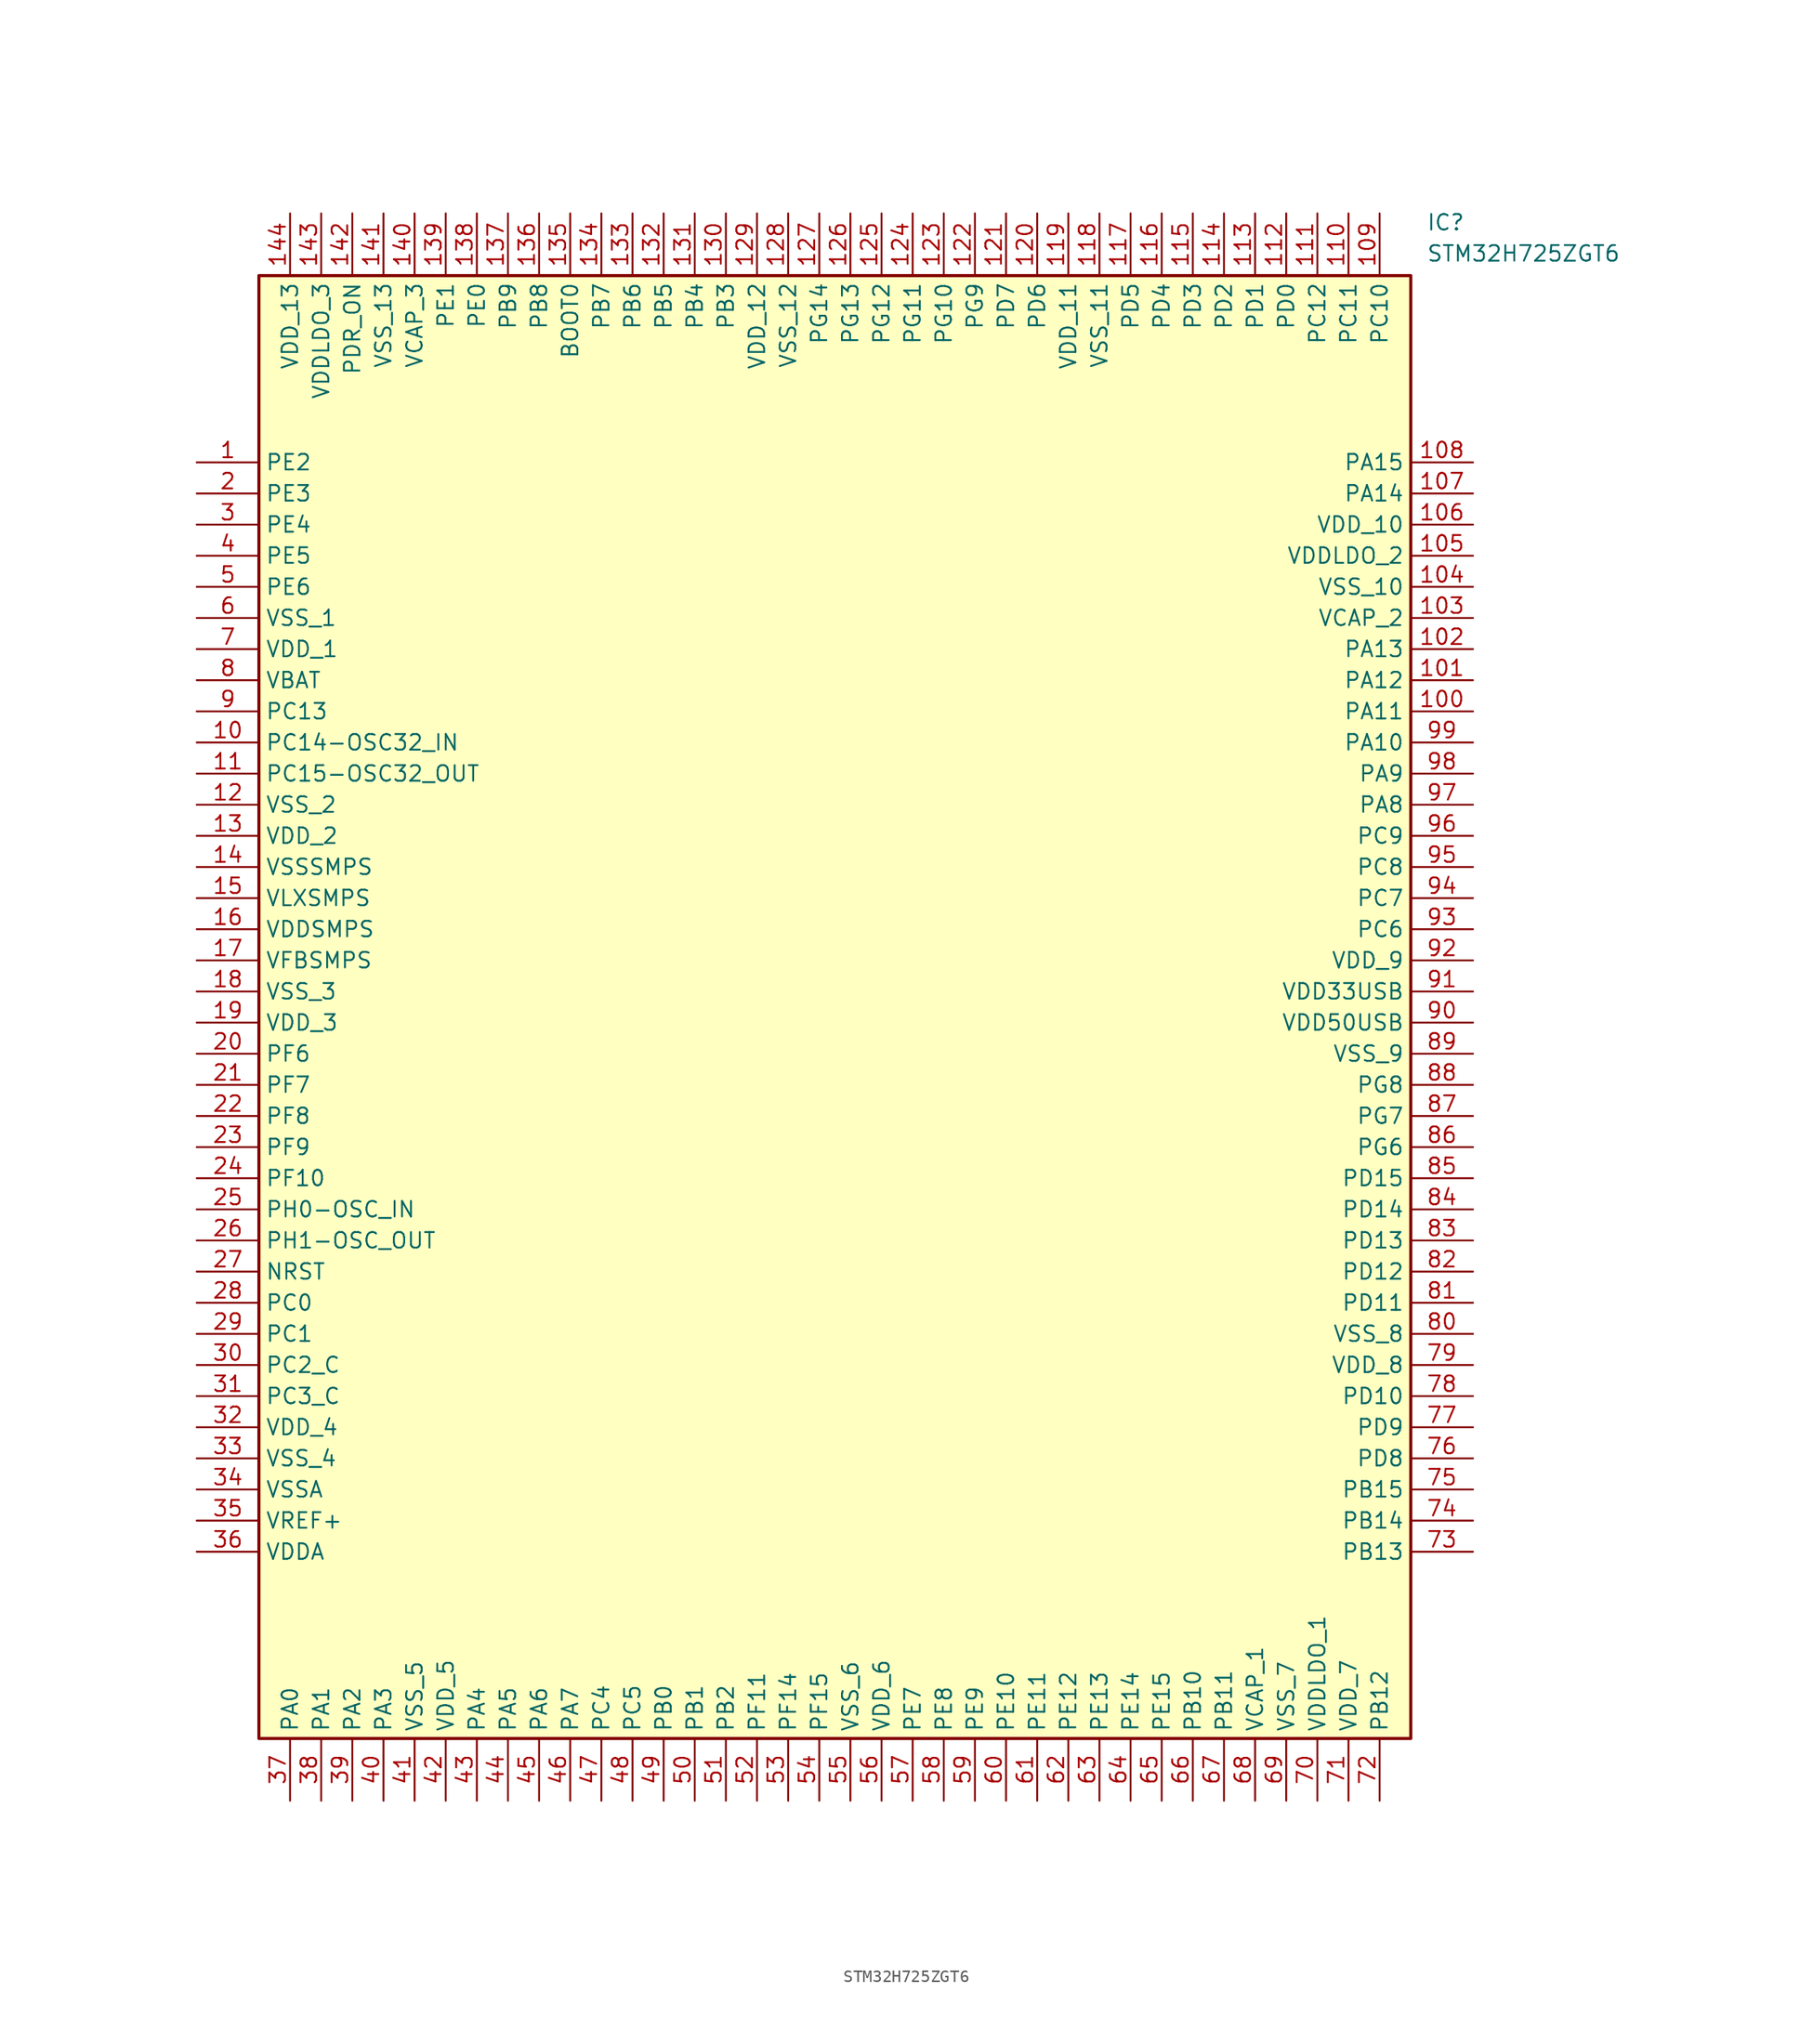
<source format=kicad_sym>
(kicad_symbol_lib
  (version 20211014)
  (generator SamacSys_ECAD_Model)
  (symbol "STM32H725ZGT6"
    (property "Reference" "IC"
      (at 100.33 20.32 0)
      (effects (font (size 1.27 1.27)) (justify left top)))
    (property "Value" "STM32H725ZGT6"
      (at 100.33 17.78 0)
      (effects (font (size 1.27 1.27)) (justify left top)))
    (rectangle
      (start 5.08 15.24)
      (end 99.06 -104.14)
      (stroke (width 0.254) (type default))
      (fill (type background)))
    (pin passive line
      (at 0 0 0)
      (length 5.08)
      (name "PE2" (effects (font (size 1.27 1.27))))
      (number "1" (effects (font (size 1.27 1.27)))))
    (pin passive line
      (at 0 -2.54 0)
      (length 5.08)
      (name "PE3" (effects (font (size 1.27 1.27))))
      (number "2" (effects (font (size 1.27 1.27)))))
    (pin passive line
      (at 0 -5.08 0)
      (length 5.08)
      (name "PE4" (effects (font (size 1.27 1.27))))
      (number "3" (effects (font (size 1.27 1.27)))))
    (pin passive line
      (at 0 -7.62 0)
      (length 5.08)
      (name "PE5" (effects (font (size 1.27 1.27))))
      (number "4" (effects (font (size 1.27 1.27)))))
    (pin passive line
      (at 0 -10.16 0)
      (length 5.08)
      (name "PE6" (effects (font (size 1.27 1.27))))
      (number "5" (effects (font (size 1.27 1.27)))))
    (pin passive line
      (at 0 -12.7 0)
      (length 5.08)
      (name "VSS_1" (effects (font (size 1.27 1.27))))
      (number "6" (effects (font (size 1.27 1.27)))))
    (pin passive line
      (at 0 -15.24 0)
      (length 5.08)
      (name "VDD_1" (effects (font (size 1.27 1.27))))
      (number "7" (effects (font (size 1.27 1.27)))))
    (pin passive line
      (at 0 -17.78 0)
      (length 5.08)
      (name "VBAT" (effects (font (size 1.27 1.27))))
      (number "8" (effects (font (size 1.27 1.27)))))
    (pin passive line
      (at 0 -20.32 0)
      (length 5.08)
      (name "PC13" (effects (font (size 1.27 1.27))))
      (number "9" (effects (font (size 1.27 1.27)))))
    (pin passive line
      (at 0 -22.86 0)
      (length 5.08)
      (name "PC14-OSC32_IN" (effects (font (size 1.27 1.27))))
      (number "10" (effects (font (size 1.27 1.27)))))
    (pin passive line
      (at 0 -25.4 0)
      (length 5.08)
      (name "PC15-OSC32_OUT" (effects (font (size 1.27 1.27))))
      (number "11" (effects (font (size 1.27 1.27)))))
    (pin passive line
      (at 0 -27.94 0)
      (length 5.08)
      (name "VSS_2" (effects (font (size 1.27 1.27))))
      (number "12" (effects (font (size 1.27 1.27)))))
    (pin passive line
      (at 0 -30.48 0)
      (length 5.08)
      (name "VDD_2" (effects (font (size 1.27 1.27))))
      (number "13" (effects (font (size 1.27 1.27)))))
    (pin passive line
      (at 0 -33.02 0)
      (length 5.08)
      (name "VSSSMPS" (effects (font (size 1.27 1.27))))
      (number "14" (effects (font (size 1.27 1.27)))))
    (pin passive line
      (at 0 -35.56 0)
      (length 5.08)
      (name "VLXSMPS" (effects (font (size 1.27 1.27))))
      (number "15" (effects (font (size 1.27 1.27)))))
    (pin passive line
      (at 0 -38.1 0)
      (length 5.08)
      (name "VDDSMPS" (effects (font (size 1.27 1.27))))
      (number "16" (effects (font (size 1.27 1.27)))))
    (pin passive line
      (at 0 -40.64 0)
      (length 5.08)
      (name "VFBSMPS" (effects (font (size 1.27 1.27))))
      (number "17" (effects (font (size 1.27 1.27)))))
    (pin passive line
      (at 0 -43.18 0)
      (length 5.08)
      (name "VSS_3" (effects (font (size 1.27 1.27))))
      (number "18" (effects (font (size 1.27 1.27)))))
    (pin passive line
      (at 0 -45.72 0)
      (length 5.08)
      (name "VDD_3" (effects (font (size 1.27 1.27))))
      (number "19" (effects (font (size 1.27 1.27)))))
    (pin passive line
      (at 0 -48.26 0)
      (length 5.08)
      (name "PF6" (effects (font (size 1.27 1.27))))
      (number "20" (effects (font (size 1.27 1.27)))))
    (pin passive line
      (at 0 -50.8 0)
      (length 5.08)
      (name "PF7" (effects (font (size 1.27 1.27))))
      (number "21" (effects (font (size 1.27 1.27)))))
    (pin passive line
      (at 0 -53.34 0)
      (length 5.08)
      (name "PF8" (effects (font (size 1.27 1.27))))
      (number "22" (effects (font (size 1.27 1.27)))))
    (pin passive line
      (at 0 -55.88 0)
      (length 5.08)
      (name "PF9" (effects (font (size 1.27 1.27))))
      (number "23" (effects (font (size 1.27 1.27)))))
    (pin passive line
      (at 0 -58.42 0)
      (length 5.08)
      (name "PF10" (effects (font (size 1.27 1.27))))
      (number "24" (effects (font (size 1.27 1.27)))))
    (pin passive line
      (at 0 -60.96 0)
      (length 5.08)
      (name "PH0-OSC_IN" (effects (font (size 1.27 1.27))))
      (number "25" (effects (font (size 1.27 1.27)))))
    (pin passive line
      (at 0 -63.5 0)
      (length 5.08)
      (name "PH1-OSC_OUT" (effects (font (size 1.27 1.27))))
      (number "26" (effects (font (size 1.27 1.27)))))
    (pin passive line
      (at 0 -66.04 0)
      (length 5.08)
      (name "NRST" (effects (font (size 1.27 1.27))))
      (number "27" (effects (font (size 1.27 1.27)))))
    (pin passive line
      (at 0 -68.58 0)
      (length 5.08)
      (name "PC0" (effects (font (size 1.27 1.27))))
      (number "28" (effects (font (size 1.27 1.27)))))
    (pin passive line
      (at 0 -71.12 0)
      (length 5.08)
      (name "PC1" (effects (font (size 1.27 1.27))))
      (number "29" (effects (font (size 1.27 1.27)))))
    (pin passive line
      (at 0 -73.66 0)
      (length 5.08)
      (name "PC2_C" (effects (font (size 1.27 1.27))))
      (number "30" (effects (font (size 1.27 1.27)))))
    (pin passive line
      (at 0 -76.2 0)
      (length 5.08)
      (name "PC3_C" (effects (font (size 1.27 1.27))))
      (number "31" (effects (font (size 1.27 1.27)))))
    (pin passive line
      (at 0 -78.74 0)
      (length 5.08)
      (name "VDD_4" (effects (font (size 1.27 1.27))))
      (number "32" (effects (font (size 1.27 1.27)))))
    (pin passive line
      (at 0 -81.28 0)
      (length 5.08)
      (name "VSS_4" (effects (font (size 1.27 1.27))))
      (number "33" (effects (font (size 1.27 1.27)))))
    (pin passive line
      (at 0 -83.82 0)
      (length 5.08)
      (name "VSSA" (effects (font (size 1.27 1.27))))
      (number "34" (effects (font (size 1.27 1.27)))))
    (pin passive line
      (at 0 -86.36 0)
      (length 5.08)
      (name "VREF+" (effects (font (size 1.27 1.27))))
      (number "35" (effects (font (size 1.27 1.27)))))
    (pin passive line
      (at 0 -88.9 0)
      (length 5.08)
      (name "VDDA" (effects (font (size 1.27 1.27))))
      (number "36" (effects (font (size 1.27 1.27)))))
    (pin passive line
      (at 7.62 -109.22 90)
      (length 5.08)
      (name "PA0" (effects (font (size 1.27 1.27))))
      (number "37" (effects (font (size 1.27 1.27)))))
    (pin passive line
      (at 10.16 -109.22 90)
      (length 5.08)
      (name "PA1" (effects (font (size 1.27 1.27))))
      (number "38" (effects (font (size 1.27 1.27)))))
    (pin passive line
      (at 12.7 -109.22 90)
      (length 5.08)
      (name "PA2" (effects (font (size 1.27 1.27))))
      (number "39" (effects (font (size 1.27 1.27)))))
    (pin passive line
      (at 15.24 -109.22 90)
      (length 5.08)
      (name "PA3" (effects (font (size 1.27 1.27))))
      (number "40" (effects (font (size 1.27 1.27)))))
    (pin passive line
      (at 17.78 -109.22 90)
      (length 5.08)
      (name "VSS_5" (effects (font (size 1.27 1.27))))
      (number "41" (effects (font (size 1.27 1.27)))))
    (pin passive line
      (at 20.32 -109.22 90)
      (length 5.08)
      (name "VDD_5" (effects (font (size 1.27 1.27))))
      (number "42" (effects (font (size 1.27 1.27)))))
    (pin passive line
      (at 22.86 -109.22 90)
      (length 5.08)
      (name "PA4" (effects (font (size 1.27 1.27))))
      (number "43" (effects (font (size 1.27 1.27)))))
    (pin passive line
      (at 25.4 -109.22 90)
      (length 5.08)
      (name "PA5" (effects (font (size 1.27 1.27))))
      (number "44" (effects (font (size 1.27 1.27)))))
    (pin passive line
      (at 27.94 -109.22 90)
      (length 5.08)
      (name "PA6" (effects (font (size 1.27 1.27))))
      (number "45" (effects (font (size 1.27 1.27)))))
    (pin passive line
      (at 30.48 -109.22 90)
      (length 5.08)
      (name "PA7" (effects (font (size 1.27 1.27))))
      (number "46" (effects (font (size 1.27 1.27)))))
    (pin passive line
      (at 33.02 -109.22 90)
      (length 5.08)
      (name "PC4" (effects (font (size 1.27 1.27))))
      (number "47" (effects (font (size 1.27 1.27)))))
    (pin passive line
      (at 35.56 -109.22 90)
      (length 5.08)
      (name "PC5" (effects (font (size 1.27 1.27))))
      (number "48" (effects (font (size 1.27 1.27)))))
    (pin passive line
      (at 38.1 -109.22 90)
      (length 5.08)
      (name "PB0" (effects (font (size 1.27 1.27))))
      (number "49" (effects (font (size 1.27 1.27)))))
    (pin passive line
      (at 40.64 -109.22 90)
      (length 5.08)
      (name "PB1" (effects (font (size 1.27 1.27))))
      (number "50" (effects (font (size 1.27 1.27)))))
    (pin passive line
      (at 43.18 -109.22 90)
      (length 5.08)
      (name "PB2" (effects (font (size 1.27 1.27))))
      (number "51" (effects (font (size 1.27 1.27)))))
    (pin passive line
      (at 45.72 -109.22 90)
      (length 5.08)
      (name "PF11" (effects (font (size 1.27 1.27))))
      (number "52" (effects (font (size 1.27 1.27)))))
    (pin passive line
      (at 48.26 -109.22 90)
      (length 5.08)
      (name "PF14" (effects (font (size 1.27 1.27))))
      (number "53" (effects (font (size 1.27 1.27)))))
    (pin passive line
      (at 50.8 -109.22 90)
      (length 5.08)
      (name "PF15" (effects (font (size 1.27 1.27))))
      (number "54" (effects (font (size 1.27 1.27)))))
    (pin passive line
      (at 53.34 -109.22 90)
      (length 5.08)
      (name "VSS_6" (effects (font (size 1.27 1.27))))
      (number "55" (effects (font (size 1.27 1.27)))))
    (pin passive line
      (at 55.88 -109.22 90)
      (length 5.08)
      (name "VDD_6" (effects (font (size 1.27 1.27))))
      (number "56" (effects (font (size 1.27 1.27)))))
    (pin passive line
      (at 58.42 -109.22 90)
      (length 5.08)
      (name "PE7" (effects (font (size 1.27 1.27))))
      (number "57" (effects (font (size 1.27 1.27)))))
    (pin passive line
      (at 60.96 -109.22 90)
      (length 5.08)
      (name "PE8" (effects (font (size 1.27 1.27))))
      (number "58" (effects (font (size 1.27 1.27)))))
    (pin passive line
      (at 63.5 -109.22 90)
      (length 5.08)
      (name "PE9" (effects (font (size 1.27 1.27))))
      (number "59" (effects (font (size 1.27 1.27)))))
    (pin passive line
      (at 66.04 -109.22 90)
      (length 5.08)
      (name "PE10" (effects (font (size 1.27 1.27))))
      (number "60" (effects (font (size 1.27 1.27)))))
    (pin passive line
      (at 68.58 -109.22 90)
      (length 5.08)
      (name "PE11" (effects (font (size 1.27 1.27))))
      (number "61" (effects (font (size 1.27 1.27)))))
    (pin passive line
      (at 71.12 -109.22 90)
      (length 5.08)
      (name "PE12" (effects (font (size 1.27 1.27))))
      (number "62" (effects (font (size 1.27 1.27)))))
    (pin passive line
      (at 73.66 -109.22 90)
      (length 5.08)
      (name "PE13" (effects (font (size 1.27 1.27))))
      (number "63" (effects (font (size 1.27 1.27)))))
    (pin passive line
      (at 76.2 -109.22 90)
      (length 5.08)
      (name "PE14" (effects (font (size 1.27 1.27))))
      (number "64" (effects (font (size 1.27 1.27)))))
    (pin passive line
      (at 78.74 -109.22 90)
      (length 5.08)
      (name "PE15" (effects (font (size 1.27 1.27))))
      (number "65" (effects (font (size 1.27 1.27)))))
    (pin passive line
      (at 81.28 -109.22 90)
      (length 5.08)
      (name "PB10" (effects (font (size 1.27 1.27))))
      (number "66" (effects (font (size 1.27 1.27)))))
    (pin passive line
      (at 83.82 -109.22 90)
      (length 5.08)
      (name "PB11" (effects (font (size 1.27 1.27))))
      (number "67" (effects (font (size 1.27 1.27)))))
    (pin passive line
      (at 86.36 -109.22 90)
      (length 5.08)
      (name "VCAP_1" (effects (font (size 1.27 1.27))))
      (number "68" (effects (font (size 1.27 1.27)))))
    (pin passive line
      (at 88.9 -109.22 90)
      (length 5.08)
      (name "VSS_7" (effects (font (size 1.27 1.27))))
      (number "69" (effects (font (size 1.27 1.27)))))
    (pin passive line
      (at 91.44 -109.22 90)
      (length 5.08)
      (name "VDDLDO_1" (effects (font (size 1.27 1.27))))
      (number "70" (effects (font (size 1.27 1.27)))))
    (pin passive line
      (at 93.98 -109.22 90)
      (length 5.08)
      (name "VDD_7" (effects (font (size 1.27 1.27))))
      (number "71" (effects (font (size 1.27 1.27)))))
    (pin passive line
      (at 96.52 -109.22 90)
      (length 5.08)
      (name "PB12" (effects (font (size 1.27 1.27))))
      (number "72" (effects (font (size 1.27 1.27)))))
    (pin passive line
      (at 104.14 0 180)
      (length 5.08)
      (name "PA15" (effects (font (size 1.27 1.27))))
      (number "108" (effects (font (size 1.27 1.27)))))
    (pin passive line
      (at 104.14 -2.54 180)
      (length 5.08)
      (name "PA14" (effects (font (size 1.27 1.27))))
      (number "107" (effects (font (size 1.27 1.27)))))
    (pin passive line
      (at 104.14 -5.08 180)
      (length 5.08)
      (name "VDD_10" (effects (font (size 1.27 1.27))))
      (number "106" (effects (font (size 1.27 1.27)))))
    (pin passive line
      (at 104.14 -7.62 180)
      (length 5.08)
      (name "VDDLDO_2" (effects (font (size 1.27 1.27))))
      (number "105" (effects (font (size 1.27 1.27)))))
    (pin passive line
      (at 104.14 -10.16 180)
      (length 5.08)
      (name "VSS_10" (effects (font (size 1.27 1.27))))
      (number "104" (effects (font (size 1.27 1.27)))))
    (pin passive line
      (at 104.14 -12.7 180)
      (length 5.08)
      (name "VCAP_2" (effects (font (size 1.27 1.27))))
      (number "103" (effects (font (size 1.27 1.27)))))
    (pin passive line
      (at 104.14 -15.24 180)
      (length 5.08)
      (name "PA13" (effects (font (size 1.27 1.27))))
      (number "102" (effects (font (size 1.27 1.27)))))
    (pin passive line
      (at 104.14 -17.78 180)
      (length 5.08)
      (name "PA12" (effects (font (size 1.27 1.27))))
      (number "101" (effects (font (size 1.27 1.27)))))
    (pin passive line
      (at 104.14 -20.32 180)
      (length 5.08)
      (name "PA11" (effects (font (size 1.27 1.27))))
      (number "100" (effects (font (size 1.27 1.27)))))
    (pin passive line
      (at 104.14 -22.86 180)
      (length 5.08)
      (name "PA10" (effects (font (size 1.27 1.27))))
      (number "99" (effects (font (size 1.27 1.27)))))
    (pin passive line
      (at 104.14 -25.4 180)
      (length 5.08)
      (name "PA9" (effects (font (size 1.27 1.27))))
      (number "98" (effects (font (size 1.27 1.27)))))
    (pin passive line
      (at 104.14 -27.94 180)
      (length 5.08)
      (name "PA8" (effects (font (size 1.27 1.27))))
      (number "97" (effects (font (size 1.27 1.27)))))
    (pin passive line
      (at 104.14 -30.48 180)
      (length 5.08)
      (name "PC9" (effects (font (size 1.27 1.27))))
      (number "96" (effects (font (size 1.27 1.27)))))
    (pin passive line
      (at 104.14 -33.02 180)
      (length 5.08)
      (name "PC8" (effects (font (size 1.27 1.27))))
      (number "95" (effects (font (size 1.27 1.27)))))
    (pin passive line
      (at 104.14 -35.56 180)
      (length 5.08)
      (name "PC7" (effects (font (size 1.27 1.27))))
      (number "94" (effects (font (size 1.27 1.27)))))
    (pin passive line
      (at 104.14 -38.1 180)
      (length 5.08)
      (name "PC6" (effects (font (size 1.27 1.27))))
      (number "93" (effects (font (size 1.27 1.27)))))
    (pin passive line
      (at 104.14 -40.64 180)
      (length 5.08)
      (name "VDD_9" (effects (font (size 1.27 1.27))))
      (number "92" (effects (font (size 1.27 1.27)))))
    (pin passive line
      (at 104.14 -43.18 180)
      (length 5.08)
      (name "VDD33USB" (effects (font (size 1.27 1.27))))
      (number "91" (effects (font (size 1.27 1.27)))))
    (pin passive line
      (at 104.14 -45.72 180)
      (length 5.08)
      (name "VDD50USB" (effects (font (size 1.27 1.27))))
      (number "90" (effects (font (size 1.27 1.27)))))
    (pin passive line
      (at 104.14 -48.26 180)
      (length 5.08)
      (name "VSS_9" (effects (font (size 1.27 1.27))))
      (number "89" (effects (font (size 1.27 1.27)))))
    (pin passive line
      (at 104.14 -50.8 180)
      (length 5.08)
      (name "PG8" (effects (font (size 1.27 1.27))))
      (number "88" (effects (font (size 1.27 1.27)))))
    (pin passive line
      (at 104.14 -53.34 180)
      (length 5.08)
      (name "PG7" (effects (font (size 1.27 1.27))))
      (number "87" (effects (font (size 1.27 1.27)))))
    (pin passive line
      (at 104.14 -55.88 180)
      (length 5.08)
      (name "PG6" (effects (font (size 1.27 1.27))))
      (number "86" (effects (font (size 1.27 1.27)))))
    (pin passive line
      (at 104.14 -58.42 180)
      (length 5.08)
      (name "PD15" (effects (font (size 1.27 1.27))))
      (number "85" (effects (font (size 1.27 1.27)))))
    (pin passive line
      (at 104.14 -60.96 180)
      (length 5.08)
      (name "PD14" (effects (font (size 1.27 1.27))))
      (number "84" (effects (font (size 1.27 1.27)))))
    (pin passive line
      (at 104.14 -63.5 180)
      (length 5.08)
      (name "PD13" (effects (font (size 1.27 1.27))))
      (number "83" (effects (font (size 1.27 1.27)))))
    (pin passive line
      (at 104.14 -66.04 180)
      (length 5.08)
      (name "PD12" (effects (font (size 1.27 1.27))))
      (number "82" (effects (font (size 1.27 1.27)))))
    (pin passive line
      (at 104.14 -68.58 180)
      (length 5.08)
      (name "PD11" (effects (font (size 1.27 1.27))))
      (number "81" (effects (font (size 1.27 1.27)))))
    (pin passive line
      (at 104.14 -71.12 180)
      (length 5.08)
      (name "VSS_8" (effects (font (size 1.27 1.27))))
      (number "80" (effects (font (size 1.27 1.27)))))
    (pin passive line
      (at 104.14 -73.66 180)
      (length 5.08)
      (name "VDD_8" (effects (font (size 1.27 1.27))))
      (number "79" (effects (font (size 1.27 1.27)))))
    (pin passive line
      (at 104.14 -76.2 180)
      (length 5.08)
      (name "PD10" (effects (font (size 1.27 1.27))))
      (number "78" (effects (font (size 1.27 1.27)))))
    (pin passive line
      (at 104.14 -78.74 180)
      (length 5.08)
      (name "PD9" (effects (font (size 1.27 1.27))))
      (number "77" (effects (font (size 1.27 1.27)))))
    (pin passive line
      (at 104.14 -81.28 180)
      (length 5.08)
      (name "PD8" (effects (font (size 1.27 1.27))))
      (number "76" (effects (font (size 1.27 1.27)))))
    (pin passive line
      (at 104.14 -83.82 180)
      (length 5.08)
      (name "PB15" (effects (font (size 1.27 1.27))))
      (number "75" (effects (font (size 1.27 1.27)))))
    (pin passive line
      (at 104.14 -86.36 180)
      (length 5.08)
      (name "PB14" (effects (font (size 1.27 1.27))))
      (number "74" (effects (font (size 1.27 1.27)))))
    (pin passive line
      (at 104.14 -88.9 180)
      (length 5.08)
      (name "PB13" (effects (font (size 1.27 1.27))))
      (number "73" (effects (font (size 1.27 1.27)))))
    (pin passive line
      (at 7.62 20.32 270)
      (length 5.08)
      (name "VDD_13" (effects (font (size 1.27 1.27))))
      (number "144" (effects (font (size 1.27 1.27)))))
    (pin passive line
      (at 10.16 20.32 270)
      (length 5.08)
      (name "VDDLDO_3" (effects (font (size 1.27 1.27))))
      (number "143" (effects (font (size 1.27 1.27)))))
    (pin passive line
      (at 12.7 20.32 270)
      (length 5.08)
      (name "PDR_ON" (effects (font (size 1.27 1.27))))
      (number "142" (effects (font (size 1.27 1.27)))))
    (pin passive line
      (at 15.24 20.32 270)
      (length 5.08)
      (name "VSS_13" (effects (font (size 1.27 1.27))))
      (number "141" (effects (font (size 1.27 1.27)))))
    (pin passive line
      (at 17.78 20.32 270)
      (length 5.08)
      (name "VCAP_3" (effects (font (size 1.27 1.27))))
      (number "140" (effects (font (size 1.27 1.27)))))
    (pin passive line
      (at 20.32 20.32 270)
      (length 5.08)
      (name "PE1" (effects (font (size 1.27 1.27))))
      (number "139" (effects (font (size 1.27 1.27)))))
    (pin passive line
      (at 22.86 20.32 270)
      (length 5.08)
      (name "PE0" (effects (font (size 1.27 1.27))))
      (number "138" (effects (font (size 1.27 1.27)))))
    (pin passive line
      (at 25.4 20.32 270)
      (length 5.08)
      (name "PB9" (effects (font (size 1.27 1.27))))
      (number "137" (effects (font (size 1.27 1.27)))))
    (pin passive line
      (at 27.94 20.32 270)
      (length 5.08)
      (name "PB8" (effects (font (size 1.27 1.27))))
      (number "136" (effects (font (size 1.27 1.27)))))
    (pin passive line
      (at 30.48 20.32 270)
      (length 5.08)
      (name "BOOT0" (effects (font (size 1.27 1.27))))
      (number "135" (effects (font (size 1.27 1.27)))))
    (pin passive line
      (at 33.02 20.32 270)
      (length 5.08)
      (name "PB7" (effects (font (size 1.27 1.27))))
      (number "134" (effects (font (size 1.27 1.27)))))
    (pin passive line
      (at 35.56 20.32 270)
      (length 5.08)
      (name "PB6" (effects (font (size 1.27 1.27))))
      (number "133" (effects (font (size 1.27 1.27)))))
    (pin passive line
      (at 38.1 20.32 270)
      (length 5.08)
      (name "PB5" (effects (font (size 1.27 1.27))))
      (number "132" (effects (font (size 1.27 1.27)))))
    (pin passive line
      (at 40.64 20.32 270)
      (length 5.08)
      (name "PB4" (effects (font (size 1.27 1.27))))
      (number "131" (effects (font (size 1.27 1.27)))))
    (pin passive line
      (at 43.18 20.32 270)
      (length 5.08)
      (name "PB3" (effects (font (size 1.27 1.27))))
      (number "130" (effects (font (size 1.27 1.27)))))
    (pin passive line
      (at 45.72 20.32 270)
      (length 5.08)
      (name "VDD_12" (effects (font (size 1.27 1.27))))
      (number "129" (effects (font (size 1.27 1.27)))))
    (pin passive line
      (at 48.26 20.32 270)
      (length 5.08)
      (name "VSS_12" (effects (font (size 1.27 1.27))))
      (number "128" (effects (font (size 1.27 1.27)))))
    (pin passive line
      (at 50.8 20.32 270)
      (length 5.08)
      (name "PG14" (effects (font (size 1.27 1.27))))
      (number "127" (effects (font (size 1.27 1.27)))))
    (pin passive line
      (at 53.34 20.32 270)
      (length 5.08)
      (name "PG13" (effects (font (size 1.27 1.27))))
      (number "126" (effects (font (size 1.27 1.27)))))
    (pin passive line
      (at 55.88 20.32 270)
      (length 5.08)
      (name "PG12" (effects (font (size 1.27 1.27))))
      (number "125" (effects (font (size 1.27 1.27)))))
    (pin passive line
      (at 58.42 20.32 270)
      (length 5.08)
      (name "PG11" (effects (font (size 1.27 1.27))))
      (number "124" (effects (font (size 1.27 1.27)))))
    (pin passive line
      (at 60.96 20.32 270)
      (length 5.08)
      (name "PG10" (effects (font (size 1.27 1.27))))
      (number "123" (effects (font (size 1.27 1.27)))))
    (pin passive line
      (at 63.5 20.32 270)
      (length 5.08)
      (name "PG9" (effects (font (size 1.27 1.27))))
      (number "122" (effects (font (size 1.27 1.27)))))
    (pin passive line
      (at 66.04 20.32 270)
      (length 5.08)
      (name "PD7" (effects (font (size 1.27 1.27))))
      (number "121" (effects (font (size 1.27 1.27)))))
    (pin passive line
      (at 68.58 20.32 270)
      (length 5.08)
      (name "PD6" (effects (font (size 1.27 1.27))))
      (number "120" (effects (font (size 1.27 1.27)))))
    (pin passive line
      (at 71.12 20.32 270)
      (length 5.08)
      (name "VDD_11" (effects (font (size 1.27 1.27))))
      (number "119" (effects (font (size 1.27 1.27)))))
    (pin passive line
      (at 73.66 20.32 270)
      (length 5.08)
      (name "VSS_11" (effects (font (size 1.27 1.27))))
      (number "118" (effects (font (size 1.27 1.27)))))
    (pin passive line
      (at 76.2 20.32 270)
      (length 5.08)
      (name "PD5" (effects (font (size 1.27 1.27))))
      (number "117" (effects (font (size 1.27 1.27)))))
    (pin passive line
      (at 78.74 20.32 270)
      (length 5.08)
      (name "PD4" (effects (font (size 1.27 1.27))))
      (number "116" (effects (font (size 1.27 1.27)))))
    (pin passive line
      (at 81.28 20.32 270)
      (length 5.08)
      (name "PD3" (effects (font (size 1.27 1.27))))
      (number "115" (effects (font (size 1.27 1.27)))))
    (pin passive line
      (at 83.82 20.32 270)
      (length 5.08)
      (name "PD2" (effects (font (size 1.27 1.27))))
      (number "114" (effects (font (size 1.27 1.27)))))
    (pin passive line
      (at 86.36 20.32 270)
      (length 5.08)
      (name "PD1" (effects (font (size 1.27 1.27))))
      (number "113" (effects (font (size 1.27 1.27)))))
    (pin passive line
      (at 88.9 20.32 270)
      (length 5.08)
      (name "PD0" (effects (font (size 1.27 1.27))))
      (number "112" (effects (font (size 1.27 1.27)))))
    (pin passive line
      (at 91.44 20.32 270)
      (length 5.08)
      (name "PC12" (effects (font (size 1.27 1.27))))
      (number "111" (effects (font (size 1.27 1.27)))))
    (pin passive line
      (at 93.98 20.32 270)
      (length 5.08)
      (name "PC11" (effects (font (size 1.27 1.27))))
      (number "110" (effects (font (size 1.27 1.27)))))
    (pin passive line
      (at 96.52 20.32 270)
      (length 5.08)
      (name "PC10" (effects (font (size 1.27 1.27))))
      (number "109" (effects (font (size 1.27 1.27)))))))
</source>
